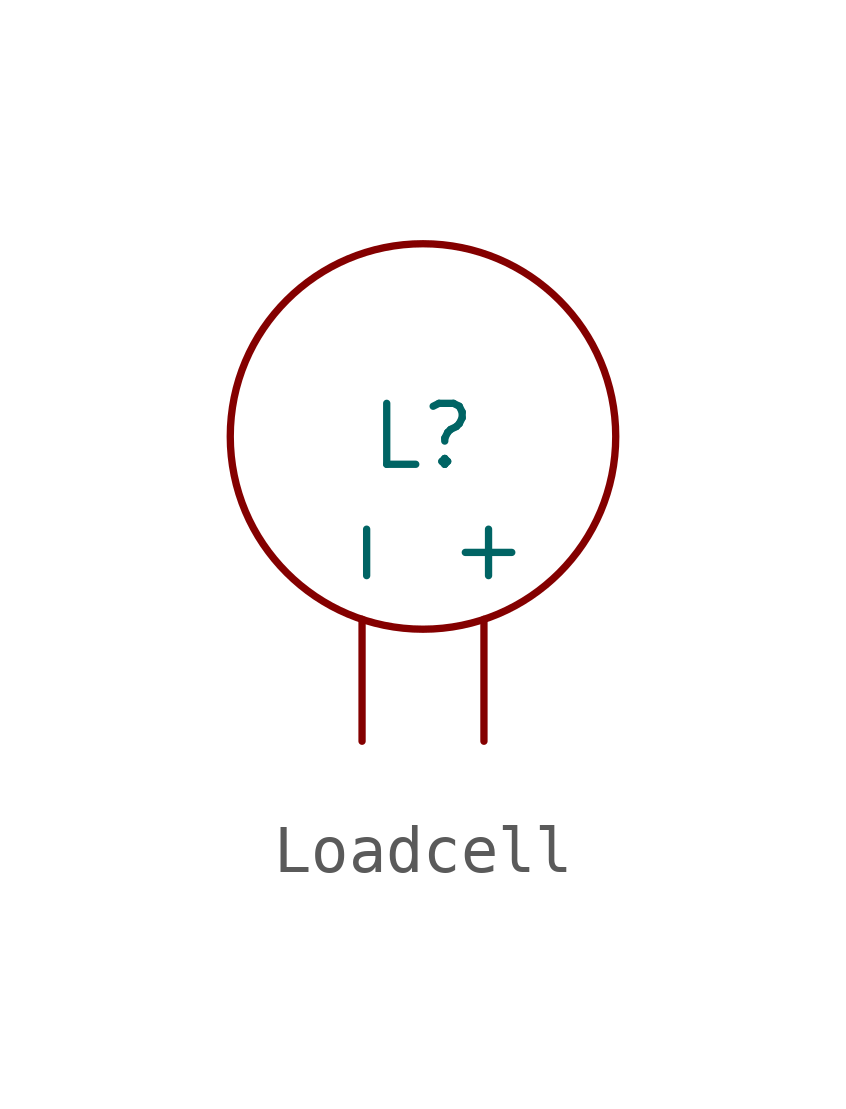
<source format=kicad_sym>
(kicad_symbol_lib
  (version 20241209)
  (generator "kicad_symbol_editor")
  (generator_version "9.0")
  (symbol "Loadcell"
    (property "Reference" "L"
      (at 0 0 0)
      (effects (font (size 1.27 1.27))))
    (property "Value" ""
      (at 0 0 0)
      (effects (font (size 1.27 1.27))))
    (symbol "Loadcell_0_1"
      (circle (center 0 0) (radius 4.016) (stroke (width 0) (type default)) (fill (type none))))
    (symbol "Loadcell_1_1"
      (pin input line (at -1.27 -6.35 90) (length 2.54) (name "-" (effects (font (size 1.27 1.27)))) (number "" (effects (font (size 1.27 1.27)))))
      (pin input line (at 1.27 -6.35 90) (length 2.54) (name "+" (effects (font (size 1.27 1.27)))) (number "" (effects (font (size 1.27 1.27))))))))
</source>
